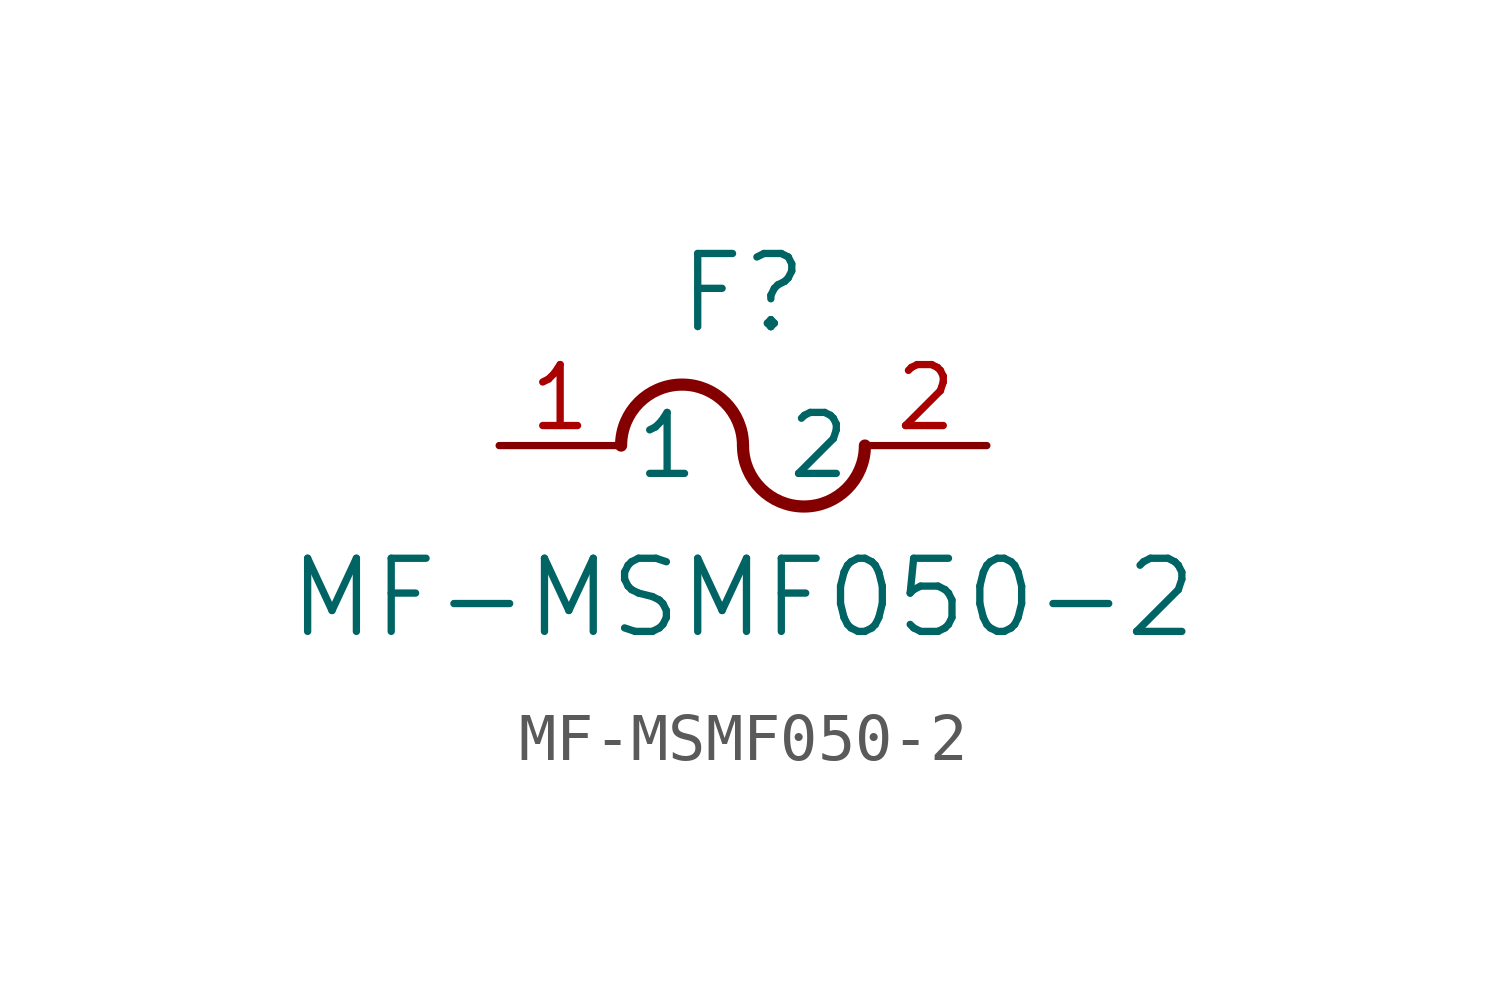
<source format=kicad_sym>
(kicad_symbol_lib
  (version 20211014)
  (generator kicad_symbol_editor)
  (symbol "MF-MSMF050-2"
    (pin_names
      (offset 0.254))
    (property "Reference" "F"
      (at 5.08 3.175 0)
      (effects (font (size 1.524 1.524))))
    (property "Value" "MF-MSMF050-2"
      (at 5.08 -3.175 0)
      (effects (font (size 1.524 1.524))))
    (symbol "MF-MSMF050-2_0_1"
      (arc (start 5.08 0) (mid 3.81 1.27) (end 2.54 0) (stroke (width 0.254) (type default) (color 0 0 0 0)) (fill (type none)))
      (arc (start 5.08 0) (mid 6.35 -1.27) (end 7.62 0) (stroke (width 0.254) (type default) (color 0 0 0 0)) (fill (type none)))
      (pin unspecified line (at 0 0 0) (length 2.54) (name "1" (effects (font (size 1.27 1.27)))) (number "1" (effects (font (size 1.27 1.27)))))
      (pin unspecified line (at 10.16 0 180) (length 2.54) (name "2" (effects (font (size 1.27 1.27)))) (number "2" (effects (font (size 1.27 1.27))))))))
</source>
